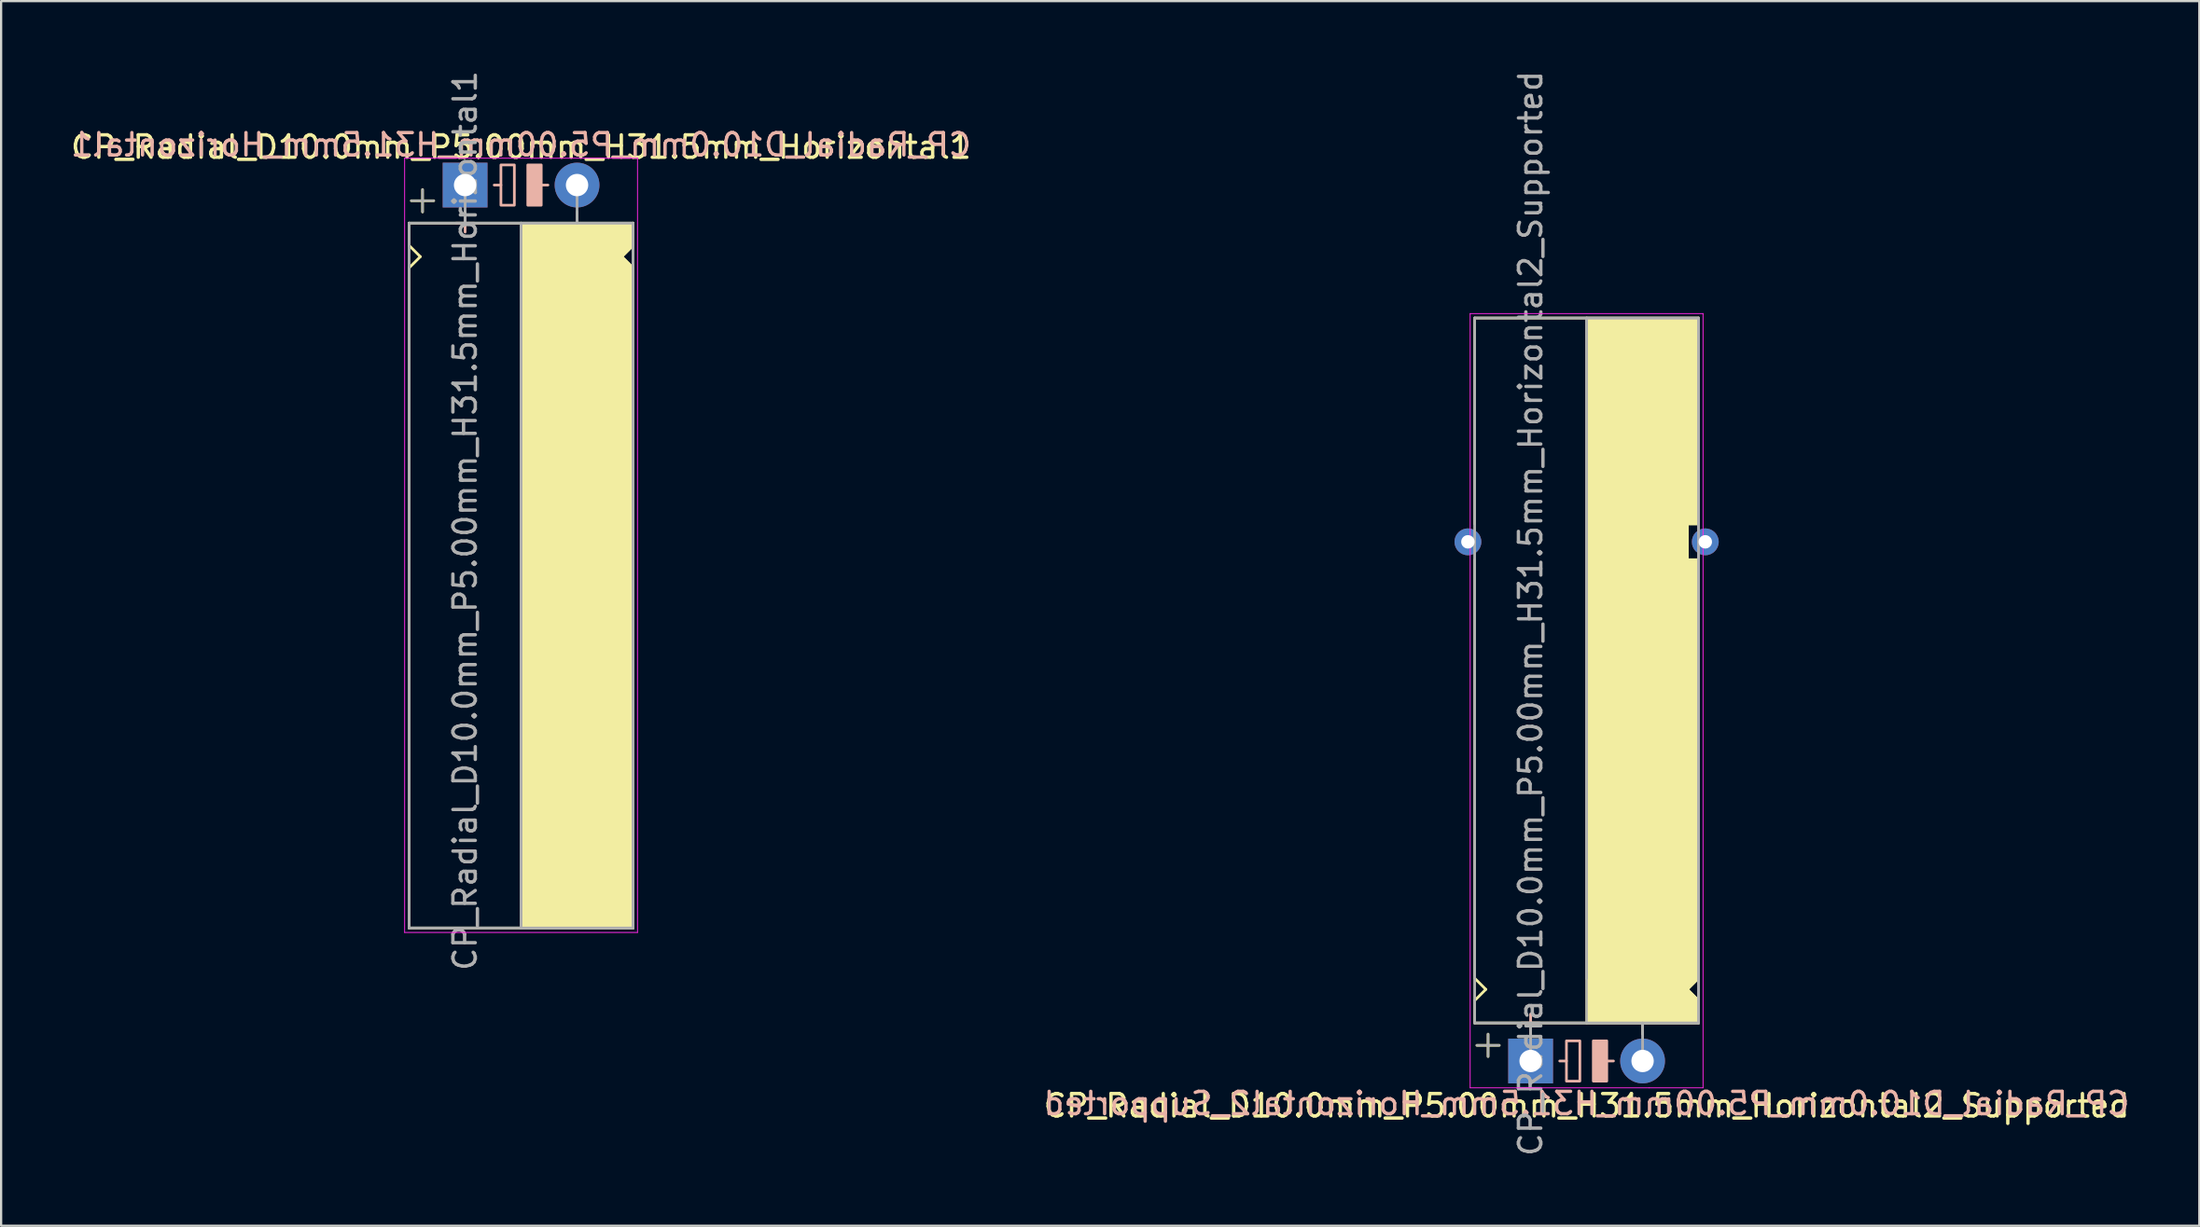
<source format=kicad_pcb>
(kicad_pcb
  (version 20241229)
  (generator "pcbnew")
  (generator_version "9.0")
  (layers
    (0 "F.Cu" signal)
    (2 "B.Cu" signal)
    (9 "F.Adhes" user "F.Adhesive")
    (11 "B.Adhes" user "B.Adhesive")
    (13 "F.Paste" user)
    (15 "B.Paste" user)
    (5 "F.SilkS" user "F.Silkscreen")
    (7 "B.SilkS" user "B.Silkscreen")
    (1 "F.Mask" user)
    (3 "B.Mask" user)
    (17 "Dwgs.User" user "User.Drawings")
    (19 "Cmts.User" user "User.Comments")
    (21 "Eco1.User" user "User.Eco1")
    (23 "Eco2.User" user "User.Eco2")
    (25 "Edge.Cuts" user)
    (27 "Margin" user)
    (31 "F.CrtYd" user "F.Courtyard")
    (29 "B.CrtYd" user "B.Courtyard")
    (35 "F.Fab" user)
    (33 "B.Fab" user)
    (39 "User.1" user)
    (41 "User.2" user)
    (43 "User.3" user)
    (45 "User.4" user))
  (footprint "CP_Radial_D10.0mm_P5.00mm_H31.5mm_Horizontal1"
    (layer "F.Cu")
    (at 17.72 5.22)
    (property "Reference" "CP_Radial_D10.0mm_P5.00mm_H31.5mm_Horizontal1" (at 2.5 -1.7 0) (layer "F.SilkS") (effects (font (size 1 1) (thickness 0.15))))
    (fp_line (start -2.5 1.7) (end -2.5 2.7) (stroke (width 0.12) (type solid)) (layer "F.SilkS"))
    (fp_line (start -2.5 2.7) (end -2 3.2) (stroke (width 0.12) (type solid)) (layer "F.SilkS"))
    (fp_line (start -2.5 3.7) (end -2.5 11.7) (stroke (width 0.12) (type solid)) (layer "F.SilkS"))
    (fp_line (start -2.5 11.7) (end -2.5 33.2) (stroke (width 0.12) (type solid)) (layer "F.SilkS"))
    (fp_line (start -2.5 33.2) (end 7.5 33.2) (stroke (width 0.12) (type solid)) (layer "F.SilkS"))
    (fp_line (start -2 3.2) (end -2.5 3.7) (stroke (width 0.12) (type solid)) (layer "F.SilkS"))
    (fp_line (start -1.9 0.2) (end -1.9 1.2) (stroke (width 0.12) (type solid)) (layer "F.SilkS"))
    (fp_line (start -1.4 0.7) (end -2.4 0.7) (stroke (width 0.12) (type solid)) (layer "F.SilkS"))
    (fp_line (start 0 1.7) (end 0 1.2) (stroke (width 0.12) (type solid)) (layer "F.SilkS"))
    (fp_line (start 2.5 1.7) (end -2.5 1.7) (stroke (width 0.12) (type solid)) (layer "F.SilkS"))
    (fp_line (start 2.5 33.2) (end 2.5 3.2) (stroke (width 0.12) (type solid)) (layer "F.SilkS"))
    (fp_line (start 5 1.7) (end 5 1.2) (stroke (width 0.12) (type solid)) (layer "F.SilkS"))
    (fp_line (start 7 3.2) (end 7.5 3.7) (stroke (width 0.12) (type solid)) (layer "F.SilkS"))
    (fp_line (start 7.5 1.7) (end 2.5 1.7) (stroke (width 0.12) (type solid)) (layer "F.SilkS"))
    (fp_line (start 7.5 1.7) (end 7.5 2.7) (stroke (width 0.12) (type solid)) (layer "F.SilkS"))
    (fp_line (start 7.5 2.7) (end 7 3.2) (stroke (width 0.12) (type solid)) (layer "F.SilkS"))
    (fp_line (start 7.5 3.7) (end 7.5 11.7) (stroke (width 0.12) (type solid)) (layer "F.SilkS"))
    (fp_line (start 7.5 11.7) (end 7.5 33.2) (stroke (width 0.12) (type solid)) (layer "F.SilkS"))
    (fp_poly (pts (xy 7.5 2.7) (xy 7 3.2) (xy 7.5 3.7) (xy 7.5 33.2) (xy 2.5 33.2) (xy 2.5 1.7) (xy 7.5 1.7)) (stroke (width 0.1) (type solid)) (fill yes) (layer "F.SilkS"))
    (fp_line (start 0 1.3) (end 0 2.1) (stroke (width 0.12) (type solid)) (layer "B.SilkS"))
    (fp_line (start 0.4 1.7) (end -0.4 1.7) (stroke (width 0.12) (type solid)) (layer "B.SilkS"))
    (fp_line (start 1.6 0) (end 1.3 0) (stroke (width 0.12) (type solid)) (layer "B.SilkS"))
    (fp_line (start 3.7 0) (end 3.4 0) (stroke (width 0.12) (type solid)) (layer "B.SilkS"))
    (fp_rect (start 2.2 -0.9) (end 1.6 0.9) (stroke (width 0.12) (type solid)) (fill no) (layer "B.SilkS"))
    (fp_rect (start 3.4 -0.9) (end 2.8 0.9) (stroke (width 0.12) (type solid)) (fill yes) (layer "B.SilkS"))
    (fp_line (start -2.7 -1.2) (end 5.3 -1.2) (stroke (width 0.04) (type solid)) (layer "F.CrtYd"))
    (fp_line (start -2.7 33.4) (end -2.7 -1.2) (stroke (width 0.04) (type solid)) (layer "F.CrtYd"))
    (fp_line (start 5.3 -1.2) (end 7.7 -1.2) (stroke (width 0.04) (type solid)) (layer "F.CrtYd"))
    (fp_line (start 7.7 -1.2) (end 7.7 33.4) (stroke (width 0.04) (type solid)) (layer "F.CrtYd"))
    (fp_line (start 7.7 33.4) (end -2.7 33.4) (stroke (width 0.04) (type solid)) (layer "F.CrtYd"))
    (fp_line (start -2.5 1.7) (end -2.5 33.2) (stroke (width 0.12) (type solid)) (layer "F.Fab"))
    (fp_line (start -2.5 33.2) (end 7.5 33.2) (stroke (width 0.12) (type solid)) (layer "F.Fab"))
    (fp_line (start -2.4 0.7) (end -1.4 0.7) (stroke (width 0.1) (type solid)) (layer "F.Fab"))
    (fp_line (start -1.9 1.2) (end -1.9 0.2) (stroke (width 0.1) (type solid)) (layer "F.Fab"))
    (fp_line (start 0 1.7) (end 0 0) (stroke (width 0.12) (type solid)) (layer "F.Fab"))
    (fp_line (start 2.5 1.7) (end 2.5 33.2) (stroke (width 0.12) (type solid)) (layer "F.Fab"))
    (fp_line (start 5 1.7) (end 5 0) (stroke (width 0.12) (type solid)) (layer "F.Fab"))
    (fp_line (start 7.5 1.7) (end -2.5 1.7) (stroke (width 0.12) (type solid)) (layer "F.Fab"))
    (fp_line (start 7.5 33.2) (end 7.5 1.7) (stroke (width 0.12) (type solid)) (layer "F.Fab"))
    (fp_poly (pts (xy 7.5 33.2) (xy 2.5 33.2) (xy 2.5 1.7) (xy 7.5 1.7)) (stroke (width 0.1) (type solid)) (fill no) (layer "F.Fab"))
    (fp_text user "${REFERENCE}" (at 2.5 -1.8 0) (layer "B.SilkS") (effects (font (size 1 1) (thickness 0.15)) (justify mirror)))
    (fp_text user "${REFERENCE}" (at 0 15 90) (layer "F.Fab") (effects (font (size 1 1) (thickness 0.15))))
    (pad "1" thru_hole rect (at 0 0) (size 2 2) (drill 1) (layers "*.Cu" "*.Mask"))
    (pad "2" thru_hole circle (at 5 0) (size 2 2) (drill 1) (layers "*.Cu" "*.Mask")))
  (footprint "CP_Radial_D10.0mm_P5.00mm_H31.5mm_Horizontal2_Supported"
    (layer "F.Cu")
    (at 65.304 44.363)
    (property "Reference" "CP_Radial_D10.0mm_P5.00mm_H31.5mm_Horizontal2_Supported" (at 2.5 2 0) (layer "F.SilkS") (effects (font (size 1 1) (thickness 0.15))))
    (fp_line (start -2.5 -33.2) (end 7.5 -33.2) (stroke (width 0.12) (type solid)) (layer "F.SilkS"))
    (fp_line (start -2.5 -24) (end -2.5 -33.2) (stroke (width 0.12) (type solid)) (layer "F.SilkS"))
    (fp_line (start -2.5 -3.8) (end -2.5 -22.4) (stroke (width 0.12) (type solid)) (layer "F.SilkS"))
    (fp_line (start -2.5 -2.7) (end -2 -3.2) (stroke (width 0.12) (type solid)) (layer "F.SilkS"))
    (fp_line (start -2.5 -1.7) (end -2.5 -2.7) (stroke (width 0.12) (type solid)) (layer "F.SilkS"))
    (fp_line (start -2 -3.2) (end -2.5 -3.7) (stroke (width 0.12) (type solid)) (layer "F.SilkS"))
    (fp_line (start -1.9 -1.2) (end -1.9 -0.2) (stroke (width 0.12) (type solid)) (layer "F.SilkS"))
    (fp_line (start -1.4 -0.7) (end -2.4 -0.7) (stroke (width 0.12) (type solid)) (layer "F.SilkS"))
    (fp_line (start 0 -1.7) (end 0 -1.2) (stroke (width 0.12) (type solid)) (layer "F.SilkS"))
    (fp_line (start 2.5 -33.2) (end 2.5 -3.7) (stroke (width 0.12) (type solid)) (layer "F.SilkS"))
    (fp_line (start 2.5 -1.7) (end -2.5 -1.7) (stroke (width 0.12) (type solid)) (layer "F.SilkS"))
    (fp_line (start 5 -1.7) (end 5 -1.2) (stroke (width 0.12) (type solid)) (layer "F.SilkS"))
    (fp_line (start 7 -24) (end 7 -23.4) (stroke (width 0.12) (type solid)) (layer "F.SilkS"))
    (fp_line (start 7 -23.4) (end 7 -22.4) (stroke (width 0.12) (type solid)) (layer "F.SilkS"))
    (fp_line (start 7 -22.4) (end 7.5 -22.4) (stroke (width 0.12) (type solid)) (layer "F.SilkS"))
    (fp_line (start 7 -3.2) (end 7.5 -3.7) (stroke (width 0.12) (type solid)) (layer "F.SilkS"))
    (fp_line (start 7.5 -24) (end 7 -24) (stroke (width 0.12) (type solid)) (layer "F.SilkS"))
    (fp_line (start 7.5 -24) (end 7.5 -33.2) (stroke (width 0.12) (type solid)) (layer "F.SilkS"))
    (fp_line (start 7.5 -4.7) (end 7.5 -22.4) (stroke (width 0.12) (type solid)) (layer "F.SilkS"))
    (fp_line (start 7.5 -2.7) (end 7 -3.2) (stroke (width 0.12) (type solid)) (layer "F.SilkS"))
    (fp_line (start 7.5 -1.7) (end 2.5 -1.7) (stroke (width 0.12) (type solid)) (layer "F.SilkS"))
    (fp_line (start 7.5 -1.7) (end 7.5 -2.7) (stroke (width 0.12) (type solid)) (layer "F.SilkS"))
    (fp_poly (pts (xy 7.5 -2.7) (xy 7 -3.2) (xy 7.5 -3.7) (xy 7.5 -22.4) (xy 7 -22.4) (xy 7 -24) (xy 7.5 -24) (xy 7.5 -33.2) (xy 2.5 -33.2) (xy 2.5 -1.7) (xy 7.5 -1.7)) (stroke (width 0.1) (type solid)) (fill yes) (layer "F.SilkS"))
    (fp_line (start 0 -2.1) (end 0 -1.3) (stroke (width 0.12) (type solid)) (layer "B.SilkS"))
    (fp_line (start 0.4 -1.7) (end -0.4 -1.7) (stroke (width 0.12) (type solid)) (layer "B.SilkS"))
    (fp_line (start 1.6 0) (end 1.3 0) (stroke (width 0.12) (type solid)) (layer "B.SilkS"))
    (fp_line (start 3.7 0) (end 3.4 0) (stroke (width 0.12) (type solid)) (layer "B.SilkS"))
    (fp_rect (start 2.2 -0.9) (end 1.6 0.9) (stroke (width 0.12) (type solid)) (fill no) (layer "B.SilkS"))
    (fp_rect (start 3.4 -0.9) (end 2.8 0.9) (stroke (width 0.12) (type solid)) (fill yes) (layer "B.SilkS"))
    (fp_line (start -2.7 -33.4) (end -2.7 1.2) (stroke (width 0.04) (type solid)) (layer "F.CrtYd"))
    (fp_line (start -2.7 1.2) (end 5.3 1.2) (stroke (width 0.04) (type solid)) (layer "F.CrtYd"))
    (fp_line (start 5.3 1.2) (end 7.7 1.2) (stroke (width 0.04) (type solid)) (layer "F.CrtYd"))
    (fp_line (start 7.7 -33.4) (end -2.7 -33.4) (stroke (width 0.04) (type solid)) (layer "F.CrtYd"))
    (fp_line (start 7.7 1.2) (end 7.7 -33.4) (stroke (width 0.04) (type solid)) (layer "F.CrtYd"))
    (fp_line (start -2.5 -33.2) (end 7.5 -33.2) (stroke (width 0.12) (type solid)) (layer "F.Fab"))
    (fp_line (start -2.5 -1.7) (end -2.5 -33.2) (stroke (width 0.12) (type solid)) (layer "F.Fab"))
    (fp_line (start -2.4 -0.7) (end -1.4 -0.7) (stroke (width 0.1) (type solid)) (layer "F.Fab"))
    (fp_line (start -1.9 -0.2) (end -1.9 -1.2) (stroke (width 0.1) (type solid)) (layer "F.Fab"))
    (fp_line (start 0 -1.7) (end 0 0) (stroke (width 0.12) (type solid)) (layer "F.Fab"))
    (fp_line (start 2.5 -3.7) (end 2.5 -33.2) (stroke (width 0.12) (type solid)) (layer "F.Fab"))
    (fp_line (start 5 -1.7) (end 5 0) (stroke (width 0.12) (type solid)) (layer "F.Fab"))
    (fp_line (start 7.5 -33.2) (end 7.5 -1.7) (stroke (width 0.12) (type solid)) (layer "F.Fab"))
    (fp_line (start 7.5 -1.7) (end -2.5 -1.7) (stroke (width 0.12) (type solid)) (layer "F.Fab"))
    (fp_poly (pts (xy 7.5 -33.2) (xy 2.5 -33.2) (xy 2.5 -1.7) (xy 7.5 -1.7)) (stroke (width 0.1) (type solid)) (fill no) (layer "F.Fab"))
    (fp_text user "${REFERENCE}" (at 2.5 1.9 0) (layer "B.SilkS") (effects (font (size 1 1) (thickness 0.15)) (justify mirror)))
    (fp_text user "${REFERENCE}" (at 0 -20 90) (layer "F.Fab") (effects (font (size 1 1) (thickness 0.15))))
    (pad "1" thru_hole rect (at 0 0) (size 2 2) (drill 1) (layers "*.Cu" "*.Mask"))
    (pad "2" thru_hole circle (at 5 0) (size 2 2) (drill 1) (layers "*.Cu" "*.Mask"))
    (pad "~" thru_hole circle (at -2.8 -23.2 180) (size 1.2 1.2) (drill 0.6) (layers "*.Cu" "*.Mask"))
    (pad "~" thru_hole circle (at 7.8 -23.2 180) (size 1.2 1.2) (drill 0.6) (layers "*.Cu" "*.Mask")))
  (gr_rect
    (start -3 -3)
    (end 95.167 51.726)
    (stroke (width 0.1) (type default))
    (fill no)
    (layer "Edge.Cuts")))
</source>
